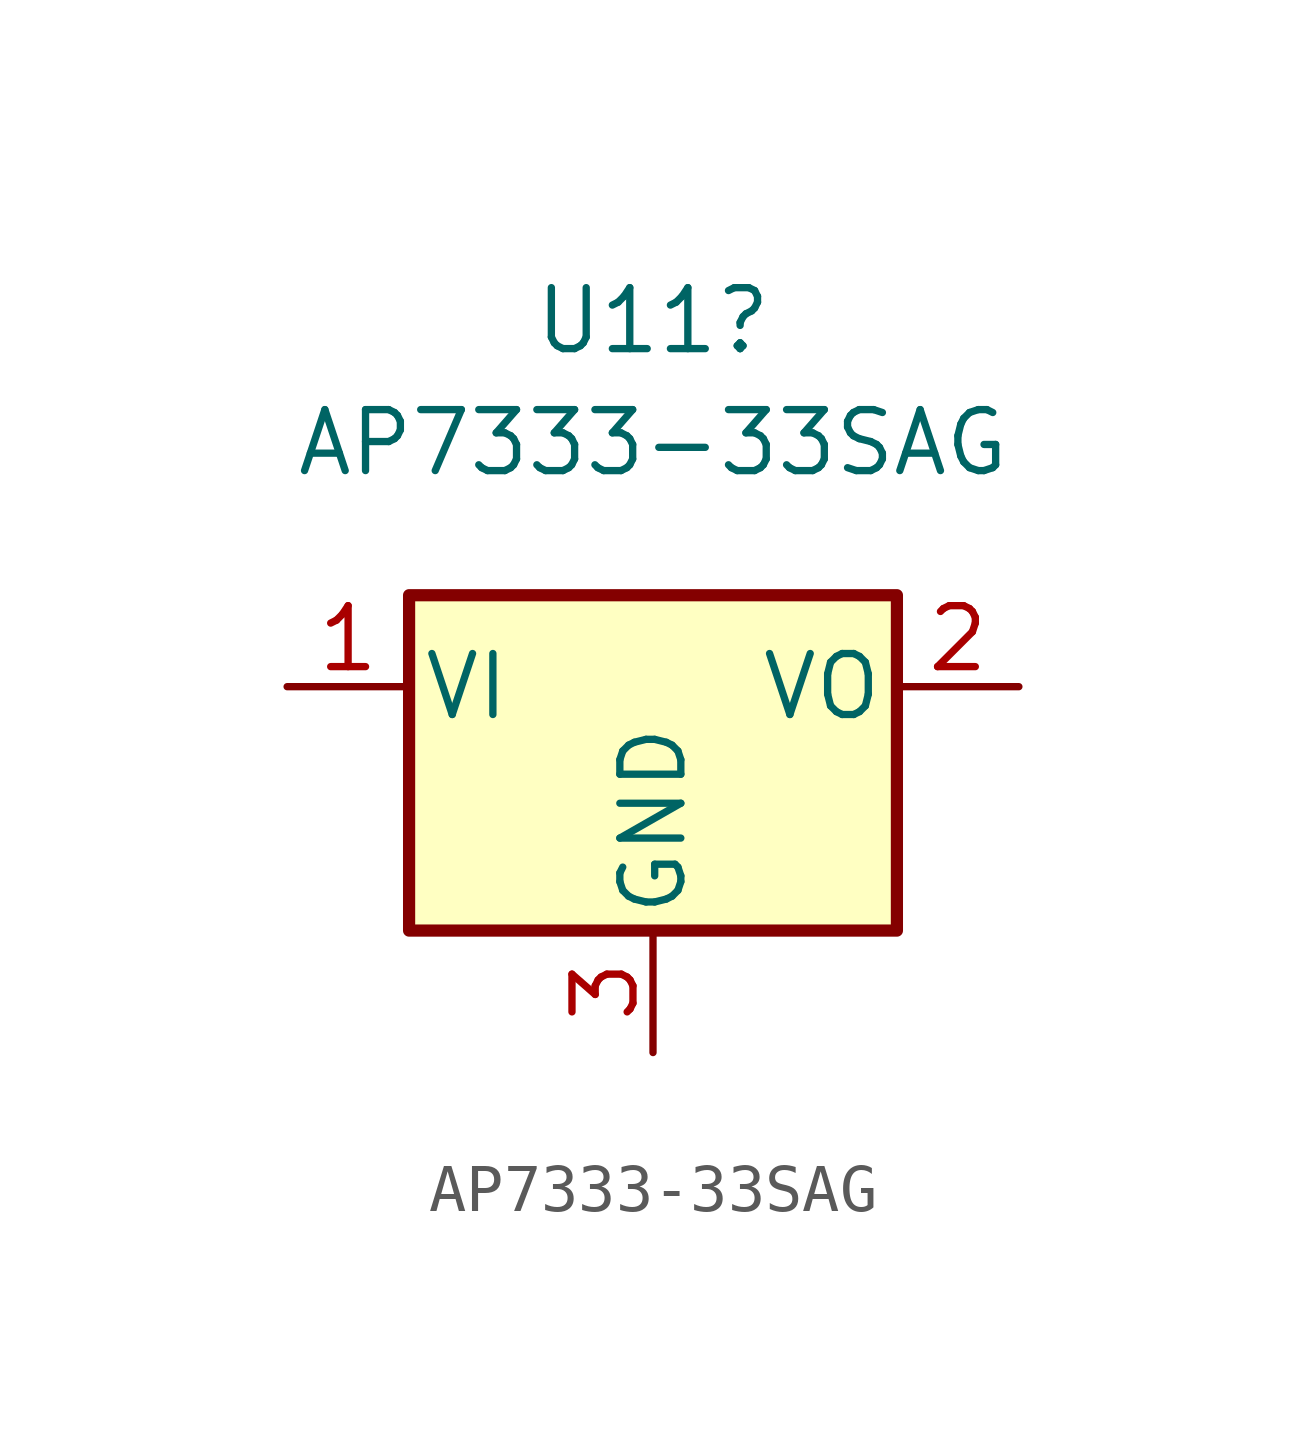
<source format=kicad_sym>
(kicad_symbol_lib
  (version 20241209)
  (generator "kicad_symbol_editor")
  (generator_version "9.0")
  (symbol "AP7333-33SAG"
    (pin_names
      (offset 0.254))
    (property "Reference" "U11"
      (at 0 7.62 0)
      (effects (font (size 1.27 1.27))))
    (property "Value" "AP7333-33SAG"
      (at 0 5.08 0)
      (effects (font (size 1.27 1.27))))
    (property "Description" ""
      (at 0 0 0)
      (effects (font (size 1.27 1.27))))
    (symbol "AP7333-33SAG_0_1"
      (rectangle (start -5.08 -5.08) (end 5.08 1.905) (stroke (width 0.254) (type default)) (fill (type background))))
    (symbol "AP7333-33SAG_1_1"
      (pin power_in line (at -7.62 0 0) (length 2.54) (name "VI" (effects (font (size 1.27 1.27)))) (number "1" (effects (font (size 1.27 1.27)))))
      (pin power_in line (at 0 -7.62 90) (length 2.54) (name "GND" (effects (font (size 1.27 1.27)))) (number "3" (effects (font (size 1.27 1.27)))))
      (pin power_out line (at 7.62 0 180) (length 2.54) (name "VO" (effects (font (size 1.27 1.27)))) (number "2" (effects (font (size 1.27 1.27))))))))
</source>
